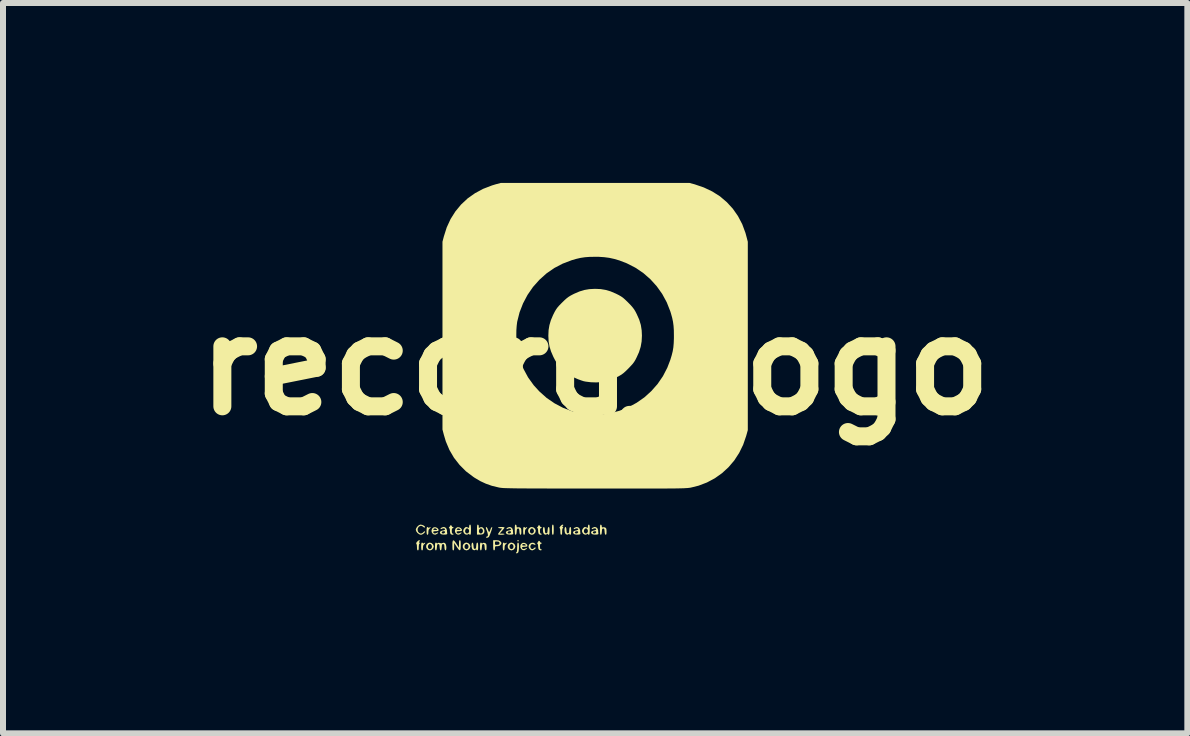
<source format=kicad_pcb>
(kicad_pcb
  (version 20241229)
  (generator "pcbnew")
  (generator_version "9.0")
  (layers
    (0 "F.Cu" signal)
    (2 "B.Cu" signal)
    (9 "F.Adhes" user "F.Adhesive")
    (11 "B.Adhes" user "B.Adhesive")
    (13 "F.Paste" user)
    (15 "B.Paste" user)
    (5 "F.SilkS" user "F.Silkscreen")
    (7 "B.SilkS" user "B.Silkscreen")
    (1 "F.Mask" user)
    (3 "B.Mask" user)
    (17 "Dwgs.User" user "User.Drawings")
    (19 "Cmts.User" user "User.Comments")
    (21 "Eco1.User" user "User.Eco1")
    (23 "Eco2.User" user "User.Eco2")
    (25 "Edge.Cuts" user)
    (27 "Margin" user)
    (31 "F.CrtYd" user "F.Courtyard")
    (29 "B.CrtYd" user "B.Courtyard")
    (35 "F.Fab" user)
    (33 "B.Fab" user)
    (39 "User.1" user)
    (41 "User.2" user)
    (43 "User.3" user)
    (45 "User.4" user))
  (footprint "record_logo"
    (layer "F.Cu")
    (at 6.871 3.045)
    (property "Reference" "record_logo" (at 0 0 0) (layer "F.SilkS") (effects (font (size 1.5 1.5) (thickness 0.3))))
    (attr board_only exclude_from_pos_files exclude_from_bom)
    (fp_poly (pts (xy -1.272 2.915) (xy -1.27 2.92) (xy -1.278 2.929) (xy -1.285 2.93) (xy -1.298 2.925) (xy -1.3 2.92) (xy -1.292 2.911) (xy -1.285 2.91)) (stroke (width 0) (type solid)) (fill yes) (layer "F.SilkS"))
    (fp_poly (pts (xy -0.698 2.654) (xy -0.693 2.667) (xy -0.691 2.693) (xy -0.69 2.735) (xy -0.691 2.777) (xy -0.693 2.804) (xy -0.698 2.817) (xy -0.705 2.82) (xy -0.713 2.816) (xy -0.717 2.803) (xy -0.719 2.777) (xy -0.72 2.735) (xy -0.719 2.693) (xy -0.717 2.666) (xy -0.712 2.653) (xy -0.705 2.65)) (stroke (width 0) (type solid)) (fill yes) (layer "F.SilkS"))
    (fp_poly (pts (xy -1.277 2.954) (xy -1.272 2.969) (xy -1.27 2.998) (xy -1.27 3.021) (xy -1.271 3.059) (xy -1.275 3.091) (xy -1.28 3.111) (xy -1.293 3.125) (xy -1.309 3.13) (xy -1.319 3.125) (xy -1.32 3.12) (xy -1.312 3.11) (xy -1.31 3.11) (xy -1.305 3.101) (xy -1.302 3.075) (xy -1.3 3.037) (xy -1.3 3.03) (xy -1.299 2.989) (xy -1.297 2.964) (xy -1.292 2.953) (xy -1.285 2.95)) (stroke (width 0) (type solid)) (fill yes) (layer "F.SilkS"))
    (fp_poly (pts (xy -2.872 2.956) (xy -2.87 2.961) (xy -2.865 2.966) (xy -2.855 2.96) (xy -2.839 2.952) (xy -2.833 2.954) (xy -2.835 2.964) (xy -2.848 2.976) (xy -2.863 2.992) (xy -2.869 3.016) (xy -2.87 3.036) (xy -2.872 3.065) (xy -2.879 3.078) (xy -2.885 3.08) (xy -2.893 3.076) (xy -2.898 3.06) (xy -2.9 3.03) (xy -2.9 3.015) (xy -2.899 2.979) (xy -2.895 2.958) (xy -2.888 2.95) (xy -2.885 2.95)) (stroke (width 0) (type solid)) (fill yes) (layer "F.SilkS"))
    (fp_poly (pts (xy -2.782 2.696) (xy -2.78 2.701) (xy -2.775 2.706) (xy -2.765 2.7) (xy -2.749 2.692) (xy -2.743 2.694) (xy -2.745 2.704) (xy -2.758 2.716) (xy -2.773 2.732) (xy -2.779 2.756) (xy -2.78 2.776) (xy -2.782 2.805) (xy -2.789 2.818) (xy -2.795 2.82) (xy -2.803 2.816) (xy -2.808 2.8) (xy -2.81 2.77) (xy -2.81 2.755) (xy -2.809 2.719) (xy -2.805 2.698) (xy -2.798 2.69) (xy -2.795 2.69)) (stroke (width 0) (type solid)) (fill yes) (layer "F.SilkS"))
    (fp_poly (pts (xy -1.512 2.956) (xy -1.51 2.961) (xy -1.505 2.966) (xy -1.495 2.96) (xy -1.479 2.952) (xy -1.473 2.954) (xy -1.475 2.964) (xy -1.488 2.976) (xy -1.503 2.992) (xy -1.509 3.016) (xy -1.51 3.036) (xy -1.512 3.065) (xy -1.519 3.078) (xy -1.525 3.08) (xy -1.533 3.076) (xy -1.538 3.06) (xy -1.54 3.03) (xy -1.54 3.015) (xy -1.539 2.979) (xy -1.535 2.958) (xy -1.528 2.95) (xy -1.525 2.95)) (stroke (width 0) (type solid)) (fill yes) (layer "F.SilkS"))
    (fp_poly (pts (xy -1.172 2.696) (xy -1.17 2.701) (xy -1.165 2.706) (xy -1.155 2.7) (xy -1.139 2.692) (xy -1.133 2.694) (xy -1.135 2.704) (xy -1.148 2.716) (xy -1.163 2.732) (xy -1.169 2.756) (xy -1.17 2.776) (xy -1.172 2.805) (xy -1.179 2.818) (xy -1.185 2.82) (xy -1.193 2.816) (xy -1.198 2.8) (xy -1.2 2.77) (xy -1.2 2.755) (xy -1.199 2.719) (xy -1.195 2.698) (xy -1.188 2.69) (xy -1.185 2.69)) (stroke (width 0) (type solid)) (fill yes) (layer "F.SilkS"))
    (fp_poly (pts (xy -2.921 2.916) (xy -2.923 2.927) (xy -2.933 2.933) (xy -2.939 2.94) (xy -2.93 2.95) (xy -2.921 2.961) (xy -2.928 2.967) (xy -2.936 2.98) (xy -2.94 3.01) (xy -2.94 3.026) (xy -2.941 3.059) (xy -2.946 3.076) (xy -2.955 3.08) (xy -2.964 3.075) (xy -2.969 3.057) (xy -2.97 3.026) (xy -2.972 2.992) (xy -2.978 2.972) (xy -2.982 2.968) (xy -2.984 2.959) (xy -2.975 2.944) (xy -2.96 2.927) (xy -2.944 2.914) (xy -2.933 2.91)) (stroke (width 0) (type solid)) (fill yes) (layer "F.SilkS"))
    (fp_poly (pts (xy -0.531 2.656) (xy -0.533 2.667) (xy -0.542 2.673) (xy -0.549 2.68) (xy -0.54 2.69) (xy -0.531 2.701) (xy -0.537 2.707) (xy -0.546 2.72) (xy -0.55 2.75) (xy -0.55 2.766) (xy -0.551 2.799) (xy -0.556 2.816) (xy -0.565 2.82) (xy -0.574 2.815) (xy -0.579 2.797) (xy -0.58 2.766) (xy -0.582 2.732) (xy -0.588 2.712) (xy -0.592 2.708) (xy -0.594 2.699) (xy -0.585 2.684) (xy -0.57 2.667) (xy -0.554 2.654) (xy -0.543 2.65)) (stroke (width 0) (type solid)) (fill yes) (layer "F.SilkS"))
    (fp_poly (pts (xy -1.535 2.691) (xy -1.515 2.695) (xy -1.51 2.699) (xy -1.516 2.71) (xy -1.532 2.731) (xy -1.551 2.754) (xy -1.592 2.8) (xy -1.551 2.8) (xy -1.525 2.802) (xy -1.511 2.808) (xy -1.51 2.81) (xy -1.519 2.815) (xy -1.542 2.819) (xy -1.565 2.82) (xy -1.595 2.819) (xy -1.615 2.815) (xy -1.62 2.811) (xy -1.614 2.799) (xy -1.599 2.778) (xy -1.585 2.759) (xy -1.55 2.715) (xy -1.585 2.712) (xy -1.611 2.707) (xy -1.62 2.701) (xy -1.611 2.695) (xy -1.588 2.691) (xy -1.565 2.69)) (stroke (width 0) (type solid)) (fill yes) (layer "F.SilkS"))
    (fp_poly (pts (xy -1.025 2.954) (xy -1.005 2.966) (xy -0.994 2.982) (xy -0.999 2.989) (xy -1.017 2.984) (xy -1.025 2.98) (xy -1.051 2.974) (xy -1.07 2.985) (xy -1.08 3.012) (xy -1.08 3.021) (xy -1.073 3.044) (xy -1.057 3.057) (xy -1.037 3.057) (xy -1.025 3.046) (xy -1.01 3.033) (xy -0.996 3.031) (xy -0.99 3.039) (xy -0.998 3.053) (xy -1.018 3.067) (xy -1.04 3.078) (xy -1.052 3.08) (xy -1.072 3.073) (xy -1.09 3.06) (xy -1.105 3.036) (xy -1.11 3.015) (xy -1.102 2.985) (xy -1.081 2.963) (xy -1.053 2.952)) (stroke (width 0) (type solid)) (fill yes) (layer "F.SilkS"))
    (fp_poly (pts (xy -2.725 2.959) (xy -2.701 2.981) (xy -2.69 3.011) (xy -2.69 3.015) (xy -2.699 3.045) (xy -2.721 3.069) (xy -2.751 3.08) (xy -2.755 3.08) (xy -2.781 3.073) (xy -2.8 3.06) (xy -2.816 3.032) (xy -2.816 3.024) (xy -2.788 3.024) (xy -2.78 3.046) (xy -2.759 3.059) (xy -2.737 3.053) (xy -2.732 3.048) (xy -2.721 3.027) (xy -2.722 3.004) (xy -2.732 2.984) (xy -2.748 2.973) (xy -2.768 2.976) (xy -2.768 2.977) (xy -2.784 2.997) (xy -2.788 3.024) (xy -2.816 3.024) (xy -2.817 3.001) (xy -2.804 2.974) (xy -2.779 2.955) (xy -2.755 2.95)) (stroke (width 0) (type solid)) (fill yes) (layer "F.SilkS"))
    (fp_poly (pts (xy -2.115 2.959) (xy -2.091 2.981) (xy -2.08 3.011) (xy -2.08 3.015) (xy -2.089 3.045) (xy -2.111 3.069) (xy -2.141 3.08) (xy -2.145 3.08) (xy -2.171 3.073) (xy -2.19 3.06) (xy -2.206 3.032) (xy -2.206 3.024) (xy -2.178 3.024) (xy -2.17 3.046) (xy -2.149 3.059) (xy -2.127 3.053) (xy -2.122 3.048) (xy -2.111 3.027) (xy -2.112 3.004) (xy -2.122 2.984) (xy -2.138 2.973) (xy -2.158 2.976) (xy -2.158 2.977) (xy -2.174 2.997) (xy -2.178 3.024) (xy -2.206 3.024) (xy -2.207 3.001) (xy -2.194 2.974) (xy -2.169 2.955) (xy -2.145 2.95)) (stroke (width 0) (type solid)) (fill yes) (layer "F.SilkS"))
    (fp_poly (pts (xy -1.365 2.959) (xy -1.341 2.981) (xy -1.33 3.011) (xy -1.33 3.015) (xy -1.339 3.045) (xy -1.361 3.069) (xy -1.391 3.08) (xy -1.395 3.08) (xy -1.421 3.073) (xy -1.44 3.06) (xy -1.456 3.032) (xy -1.456 3.024) (xy -1.428 3.024) (xy -1.42 3.046) (xy -1.399 3.059) (xy -1.377 3.053) (xy -1.372 3.048) (xy -1.361 3.027) (xy -1.362 3.004) (xy -1.372 2.984) (xy -1.388 2.973) (xy -1.408 2.976) (xy -1.408 2.977) (xy -1.424 2.997) (xy -1.428 3.024) (xy -1.456 3.024) (xy -1.457 3.001) (xy -1.444 2.974) (xy -1.419 2.955) (xy -1.395 2.95)) (stroke (width 0) (type solid)) (fill yes) (layer "F.SilkS"))
    (fp_poly (pts (xy -1.025 2.699) (xy -1.001 2.721) (xy -0.99 2.751) (xy -0.99 2.755) (xy -0.999 2.785) (xy -1.021 2.809) (xy -1.051 2.82) (xy -1.055 2.82) (xy -1.081 2.813) (xy -1.1 2.8) (xy -1.116 2.772) (xy -1.116 2.764) (xy -1.088 2.764) (xy -1.08 2.786) (xy -1.059 2.799) (xy -1.037 2.793) (xy -1.032 2.788) (xy -1.021 2.767) (xy -1.022 2.744) (xy -1.032 2.724) (xy -1.048 2.713) (xy -1.068 2.716) (xy -1.068 2.717) (xy -1.084 2.737) (xy -1.088 2.764) (xy -1.116 2.764) (xy -1.117 2.741) (xy -1.104 2.714) (xy -1.079 2.695) (xy -1.055 2.69)) (stroke (width 0) (type solid)) (fill yes) (layer "F.SilkS"))
    (fp_poly (pts (xy -1.804 2.699) (xy -1.792 2.72) (xy -1.79 2.728) (xy -1.778 2.759) (xy -1.768 2.772) (xy -1.759 2.767) (xy -1.75 2.743) (xy -1.737 2.709) (xy -1.724 2.692) (xy -1.715 2.692) (xy -1.716 2.703) (xy -1.722 2.727) (xy -1.732 2.759) (xy -1.745 2.794) (xy -1.757 2.826) (xy -1.768 2.85) (xy -1.773 2.857) (xy -1.788 2.867) (xy -1.806 2.87) (xy -1.818 2.865) (xy -1.82 2.86) (xy -1.812 2.851) (xy -1.806 2.85) (xy -1.791 2.843) (xy -1.787 2.823) (xy -1.794 2.787) (xy -1.805 2.755) (xy -1.818 2.72) (xy -1.822 2.7) (xy -1.82 2.691) (xy -1.816 2.69)) (stroke (width 0) (type solid)) (fill yes) (layer "F.SilkS"))
    (fp_poly (pts (xy -2.392 2.668) (xy -2.39 2.675) (xy -2.382 2.688) (xy -2.375 2.69) (xy -2.362 2.695) (xy -2.36 2.7) (xy -2.368 2.709) (xy -2.375 2.71) (xy -2.385 2.716) (xy -2.389 2.736) (xy -2.39 2.755) (xy -2.388 2.785) (xy -2.381 2.798) (xy -2.375 2.8) (xy -2.362 2.805) (xy -2.36 2.81) (xy -2.368 2.818) (xy -2.385 2.819) (xy -2.403 2.812) (xy -2.408 2.808) (xy -2.416 2.791) (xy -2.42 2.763) (xy -2.42 2.754) (xy -2.423 2.725) (xy -2.43 2.708) (xy -2.433 2.706) (xy -2.44 2.699) (xy -2.433 2.694) (xy -2.421 2.68) (xy -2.42 2.674) (xy -2.412 2.662) (xy -2.405 2.66)) (stroke (width 0) (type solid)) (fill yes) (layer "F.SilkS"))
    (fp_poly (pts (xy -2.248 2.914) (xy -2.243 2.927) (xy -2.241 2.953) (xy -2.24 2.995) (xy -2.241 3.043) (xy -2.247 3.071) (xy -2.256 3.079) (xy -2.272 3.07) (xy -2.294 3.041) (xy -2.31 3.018) (xy -2.35 2.955) (xy -2.35 3.018) (xy -2.351 3.053) (xy -2.355 3.073) (xy -2.362 3.08) (xy -2.365 3.08) (xy -2.373 3.076) (xy -2.377 3.063) (xy -2.379 3.037) (xy -2.38 2.995) (xy -2.379 2.947) (xy -2.373 2.919) (xy -2.364 2.911) (xy -2.348 2.92) (xy -2.326 2.949) (xy -2.31 2.973) (xy -2.27 3.035) (xy -2.27 2.973) (xy -2.269 2.937) (xy -2.265 2.917) (xy -2.258 2.91) (xy -2.255 2.91)) (stroke (width 0) (type solid)) (fill yes) (layer "F.SilkS"))
    (fp_poly (pts (xy -0.922 2.668) (xy -0.92 2.675) (xy -0.912 2.688) (xy -0.905 2.69) (xy -0.892 2.695) (xy -0.89 2.7) (xy -0.898 2.709) (xy -0.905 2.71) (xy -0.915 2.716) (xy -0.919 2.736) (xy -0.92 2.755) (xy -0.918 2.785) (xy -0.911 2.798) (xy -0.905 2.8) (xy -0.892 2.805) (xy -0.89 2.81) (xy -0.898 2.818) (xy -0.915 2.819) (xy -0.933 2.812) (xy -0.938 2.808) (xy -0.946 2.791) (xy -0.95 2.763) (xy -0.95 2.754) (xy -0.953 2.725) (xy -0.96 2.708) (xy -0.963 2.706) (xy -0.97 2.699) (xy -0.963 2.694) (xy -0.951 2.68) (xy -0.95 2.674) (xy -0.942 2.662) (xy -0.935 2.66)) (stroke (width 0) (type solid)) (fill yes) (layer "F.SilkS"))
    (fp_poly (pts (xy -0.922 2.928) (xy -0.92 2.935) (xy -0.912 2.948) (xy -0.905 2.95) (xy -0.892 2.955) (xy -0.89 2.96) (xy -0.898 2.969) (xy -0.905 2.97) (xy -0.915 2.976) (xy -0.919 2.996) (xy -0.92 3.015) (xy -0.918 3.045) (xy -0.911 3.058) (xy -0.905 3.06) (xy -0.892 3.065) (xy -0.89 3.07) (xy -0.898 3.078) (xy -0.915 3.079) (xy -0.933 3.072) (xy -0.938 3.068) (xy -0.946 3.051) (xy -0.95 3.023) (xy -0.95 3.014) (xy -0.953 2.985) (xy -0.96 2.968) (xy -0.963 2.966) (xy -0.97 2.959) (xy -0.963 2.954) (xy -0.951 2.94) (xy -0.95 2.934) (xy -0.942 2.922) (xy -0.935 2.92)) (stroke (width 0) (type solid)) (fill yes) (layer "F.SilkS"))
    (fp_poly (pts (xy -1.956 2.955) (xy -1.952 2.972) (xy -1.95 3.004) (xy -1.95 3.015) (xy -1.951 3.051) (xy -1.955 3.072) (xy -1.962 3.08) (xy -1.965 3.08) (xy -1.978 3.074) (xy -1.98 3.068) (xy -1.983 3.061) (xy -1.992 3.068) (xy -2.014 3.079) (xy -2.037 3.071) (xy -2.044 3.064) (xy -2.054 3.046) (xy -2.059 3.019) (xy -2.061 2.99) (xy -2.057 2.965) (xy -2.049 2.951) (xy -2.046 2.95) (xy -2.036 2.957) (xy -2.03 2.979) (xy -2.028 3.002) (xy -2.025 3.034) (xy -2.02 3.049) (xy -2.01 3.055) (xy -2.005 3.055) (xy -1.993 3.052) (xy -1.986 3.04) (xy -1.983 3.015) (xy -1.982 3.002) (xy -1.978 2.969) (xy -1.971 2.953) (xy -1.964 2.95)) (stroke (width 0) (type solid)) (fill yes) (layer "F.SilkS"))
    (fp_poly (pts (xy -1.892 2.956) (xy -1.89 2.961) (xy -1.885 2.966) (xy -1.875 2.96) (xy -1.857 2.952) (xy -1.835 2.958) (xy -1.82 2.967) (xy -1.813 2.981) (xy -1.81 3.005) (xy -1.81 3.025) (xy -1.811 3.058) (xy -1.816 3.076) (xy -1.824 3.08) (xy -1.834 3.073) (xy -1.84 3.051) (xy -1.842 3.027) (xy -1.845 2.996) (xy -1.85 2.981) (xy -1.86 2.975) (xy -1.865 2.975) (xy -1.877 2.978) (xy -1.884 2.99) (xy -1.887 3.015) (xy -1.888 3.027) (xy -1.892 3.061) (xy -1.899 3.077) (xy -1.906 3.08) (xy -1.914 3.075) (xy -1.918 3.058) (xy -1.92 3.026) (xy -1.92 3.015) (xy -1.919 2.979) (xy -1.915 2.958) (xy -1.908 2.95) (xy -1.905 2.95)) (stroke (width 0) (type solid)) (fill yes) (layer "F.SilkS"))
    (fp_poly (pts (xy -0.766 2.695) (xy -0.762 2.712) (xy -0.76 2.744) (xy -0.76 2.755) (xy -0.761 2.791) (xy -0.765 2.812) (xy -0.772 2.82) (xy -0.775 2.82) (xy -0.788 2.814) (xy -0.79 2.808) (xy -0.793 2.801) (xy -0.802 2.808) (xy -0.824 2.819) (xy -0.847 2.811) (xy -0.854 2.804) (xy -0.864 2.786) (xy -0.869 2.759) (xy -0.871 2.73) (xy -0.867 2.705) (xy -0.859 2.691) (xy -0.856 2.69) (xy -0.846 2.697) (xy -0.84 2.719) (xy -0.838 2.743) (xy -0.835 2.774) (xy -0.83 2.789) (xy -0.82 2.795) (xy -0.815 2.795) (xy -0.803 2.792) (xy -0.796 2.78) (xy -0.793 2.755) (xy -0.792 2.743) (xy -0.788 2.709) (xy -0.781 2.693) (xy -0.774 2.69)) (stroke (width 0) (type solid)) (fill yes) (layer "F.SilkS"))
    (fp_poly (pts (xy -0.406 2.695) (xy -0.402 2.712) (xy -0.4 2.744) (xy -0.4 2.755) (xy -0.401 2.791) (xy -0.405 2.812) (xy -0.412 2.82) (xy -0.415 2.82) (xy -0.428 2.814) (xy -0.43 2.808) (xy -0.433 2.801) (xy -0.442 2.808) (xy -0.464 2.819) (xy -0.487 2.811) (xy -0.494 2.804) (xy -0.504 2.786) (xy -0.509 2.759) (xy -0.511 2.73) (xy -0.507 2.705) (xy -0.499 2.691) (xy -0.496 2.69) (xy -0.486 2.697) (xy -0.48 2.719) (xy -0.478 2.743) (xy -0.475 2.774) (xy -0.47 2.789) (xy -0.46 2.795) (xy -0.455 2.795) (xy -0.443 2.792) (xy -0.436 2.78) (xy -0.433 2.755) (xy -0.432 2.743) (xy -0.428 2.709) (xy -0.421 2.693) (xy -0.414 2.69)) (stroke (width 0) (type solid)) (fill yes) (layer "F.SilkS"))
    (fp_poly (pts (xy -2.883 2.655) (xy -2.856 2.667) (xy -2.838 2.683) (xy -2.836 2.686) (xy -2.837 2.698) (xy -2.849 2.699) (xy -2.864 2.691) (xy -2.87 2.685) (xy -2.892 2.671) (xy -2.917 2.672) (xy -2.94 2.686) (xy -2.956 2.711) (xy -2.96 2.737) (xy -2.953 2.767) (xy -2.934 2.789) (xy -2.91 2.799) (xy -2.885 2.795) (xy -2.866 2.779) (xy -2.851 2.765) (xy -2.839 2.762) (xy -2.834 2.77) (xy -2.843 2.784) (xy -2.86 2.8) (xy -2.881 2.813) (xy -2.901 2.82) (xy -2.905 2.82) (xy -2.932 2.812) (xy -2.96 2.791) (xy -2.961 2.791) (xy -2.982 2.762) (xy -2.99 2.735) (xy -2.982 2.709) (xy -2.963 2.682) (xy -2.938 2.66) (xy -2.914 2.65) (xy -2.911 2.65)) (stroke (width 0) (type solid)) (fill yes) (layer "F.SilkS"))
    (fp_poly (pts (xy -1.943 2.659) (xy -1.94 2.681) (xy -1.939 2.702) (xy -1.933 2.705) (xy -1.925 2.7) (xy -1.901 2.691) (xy -1.877 2.697) (xy -1.858 2.715) (xy -1.846 2.742) (xy -1.846 2.774) (xy -1.846 2.776) (xy -1.858 2.799) (xy -1.88 2.813) (xy -1.917 2.817) (xy -1.927 2.817) (xy -1.97 2.817) (xy -1.97 2.764) (xy -1.938 2.764) (xy -1.93 2.786) (xy -1.909 2.799) (xy -1.887 2.793) (xy -1.882 2.788) (xy -1.871 2.767) (xy -1.872 2.744) (xy -1.882 2.724) (xy -1.898 2.713) (xy -1.918 2.716) (xy -1.918 2.717) (xy -1.934 2.737) (xy -1.938 2.764) (xy -1.97 2.764) (xy -1.97 2.734) (xy -1.969 2.692) (xy -1.967 2.666) (xy -1.962 2.653) (xy -1.955 2.65)) (stroke (width 0) (type solid)) (fill yes) (layer "F.SilkS"))
    (fp_poly (pts (xy -1.313 2.659) (xy -1.31 2.676) (xy -1.307 2.694) (xy -1.296 2.697) (xy -1.29 2.695) (xy -1.266 2.695) (xy -1.25 2.7) (xy -1.238 2.71) (xy -1.232 2.728) (xy -1.23 2.759) (xy -1.23 2.765) (xy -1.231 2.799) (xy -1.236 2.816) (xy -1.244 2.82) (xy -1.254 2.813) (xy -1.26 2.791) (xy -1.262 2.768) (xy -1.265 2.736) (xy -1.27 2.721) (xy -1.28 2.715) (xy -1.285 2.715) (xy -1.297 2.718) (xy -1.304 2.73) (xy -1.307 2.755) (xy -1.308 2.768) (xy -1.312 2.801) (xy -1.319 2.817) (xy -1.326 2.82) (xy -1.333 2.816) (xy -1.337 2.802) (xy -1.339 2.774) (xy -1.34 2.735) (xy -1.339 2.693) (xy -1.337 2.666) (xy -1.332 2.653) (xy -1.325 2.65)) (stroke (width 0) (type solid)) (fill yes) (layer "F.SilkS"))
    (fp_poly (pts (xy 0.107 2.659) (xy 0.11 2.676) (xy 0.113 2.694) (xy 0.124 2.697) (xy 0.13 2.695) (xy 0.154 2.695) (xy 0.17 2.7) (xy 0.182 2.71) (xy 0.188 2.728) (xy 0.19 2.759) (xy 0.19 2.765) (xy 0.189 2.799) (xy 0.184 2.816) (xy 0.176 2.82) (xy 0.166 2.813) (xy 0.16 2.791) (xy 0.158 2.768) (xy 0.155 2.736) (xy 0.15 2.721) (xy 0.14 2.715) (xy 0.135 2.715) (xy 0.123 2.718) (xy 0.116 2.73) (xy 0.113 2.755) (xy 0.112 2.768) (xy 0.108 2.801) (xy 0.101 2.817) (xy 0.094 2.82) (xy 0.087 2.816) (xy 0.083 2.802) (xy 0.081 2.774) (xy 0.08 2.735) (xy 0.081 2.693) (xy 0.083 2.666) (xy 0.088 2.653) (xy 0.095 2.65)) (stroke (width 0) (type solid)) (fill yes) (layer "F.SilkS"))
    (fp_poly (pts (xy -2.657 2.695) (xy -2.631 2.707) (xy -2.613 2.727) (xy -2.61 2.74) (xy -2.613 2.753) (xy -2.625 2.758) (xy -2.652 2.76) (xy -2.655 2.76) (xy -2.684 2.762) (xy -2.698 2.768) (xy -2.7 2.775) (xy -2.692 2.792) (xy -2.673 2.798) (xy -2.65 2.792) (xy -2.649 2.792) (xy -2.627 2.781) (xy -2.617 2.782) (xy -2.619 2.791) (xy -2.629 2.8) (xy -2.66 2.818) (xy -2.689 2.815) (xy -2.71 2.8) (xy -2.726 2.773) (xy -2.727 2.742) (xy -2.721 2.728) (xy -2.698 2.728) (xy -2.693 2.737) (xy -2.669 2.74) (xy -2.665 2.74) (xy -2.641 2.739) (xy -2.635 2.734) (xy -2.64 2.725) (xy -2.659 2.714) (xy -2.68 2.714) (xy -2.696 2.724) (xy -2.698 2.728) (xy -2.721 2.728) (xy -2.715 2.714) (xy -2.691 2.696) (xy -2.685 2.694)) (stroke (width 0) (type solid)) (fill yes) (layer "F.SilkS"))
    (fp_poly (pts (xy -2.267 2.695) (xy -2.241 2.707) (xy -2.223 2.727) (xy -2.22 2.74) (xy -2.223 2.753) (xy -2.235 2.758) (xy -2.262 2.76) (xy -2.265 2.76) (xy -2.294 2.762) (xy -2.308 2.768) (xy -2.31 2.775) (xy -2.302 2.792) (xy -2.283 2.798) (xy -2.26 2.792) (xy -2.259 2.792) (xy -2.237 2.781) (xy -2.227 2.782) (xy -2.229 2.791) (xy -2.239 2.8) (xy -2.27 2.818) (xy -2.299 2.815) (xy -2.32 2.8) (xy -2.336 2.773) (xy -2.337 2.742) (xy -2.331 2.728) (xy -2.308 2.728) (xy -2.303 2.737) (xy -2.279 2.74) (xy -2.275 2.74) (xy -2.251 2.739) (xy -2.245 2.734) (xy -2.25 2.725) (xy -2.269 2.714) (xy -2.29 2.714) (xy -2.306 2.724) (xy -2.308 2.728) (xy -2.331 2.728) (xy -2.325 2.714) (xy -2.301 2.696) (xy -2.295 2.694)) (stroke (width 0) (type solid)) (fill yes) (layer "F.SilkS"))
    (fp_poly (pts (xy -1.612 2.913) (xy -1.587 2.924) (xy -1.58 2.93) (xy -1.564 2.949) (xy -1.562 2.965) (xy -1.574 2.986) (xy -1.576 2.988) (xy -1.594 3.004) (xy -1.622 3.01) (xy -1.631 3.01) (xy -1.656 3.011) (xy -1.667 3.018) (xy -1.67 3.035) (xy -1.67 3.045) (xy -1.673 3.071) (xy -1.684 3.08) (xy -1.685 3.08) (xy -1.692 3.076) (xy -1.697 3.063) (xy -1.699 3.037) (xy -1.7 2.995) (xy -1.7 2.96) (xy -1.67 2.96) (xy -1.669 2.98) (xy -1.66 2.988) (xy -1.64 2.989) (xy -1.633 2.988) (xy -1.608 2.984) (xy -1.597 2.975) (xy -1.595 2.96) (xy -1.598 2.943) (xy -1.61 2.935) (xy -1.633 2.932) (xy -1.657 2.931) (xy -1.668 2.937) (xy -1.67 2.954) (xy -1.67 2.96) (xy -1.7 2.96) (xy -1.7 2.91) (xy -1.65 2.91)) (stroke (width 0) (type solid)) (fill yes) (layer "F.SilkS"))
    (fp_poly (pts (xy -1.177 2.955) (xy -1.151 2.967) (xy -1.133 2.987) (xy -1.13 3) (xy -1.133 3.013) (xy -1.145 3.018) (xy -1.172 3.02) (xy -1.175 3.02) (xy -1.204 3.022) (xy -1.218 3.028) (xy -1.22 3.035) (xy -1.212 3.052) (xy -1.193 3.058) (xy -1.17 3.052) (xy -1.169 3.052) (xy -1.147 3.041) (xy -1.137 3.042) (xy -1.139 3.051) (xy -1.149 3.06) (xy -1.18 3.078) (xy -1.209 3.075) (xy -1.23 3.06) (xy -1.246 3.033) (xy -1.247 3.002) (xy -1.241 2.987) (xy -1.218 2.987) (xy -1.213 2.997) (xy -1.189 3) (xy -1.185 3) (xy -1.161 2.999) (xy -1.155 2.994) (xy -1.16 2.985) (xy -1.179 2.974) (xy -1.2 2.974) (xy -1.216 2.984) (xy -1.218 2.987) (xy -1.241 2.987) (xy -1.235 2.974) (xy -1.211 2.956) (xy -1.205 2.954)) (stroke (width 0) (type solid)) (fill yes) (layer "F.SilkS"))
    (fp_poly (pts (xy -2.504 2.694) (xy -2.482 2.713) (xy -2.47 2.745) (xy -2.47 2.755) (xy -2.468 2.782) (xy -2.465 2.802) (xy -2.465 2.802) (xy -2.47 2.811) (xy -2.489 2.816) (xy -2.515 2.817) (xy -2.543 2.816) (xy -2.567 2.81) (xy -2.576 2.805) (xy -2.588 2.787) (xy -2.587 2.778) (xy -2.558 2.778) (xy -2.555 2.791) (xy -2.54 2.799) (xy -2.52 2.796) (xy -2.505 2.784) (xy -2.502 2.777) (xy -2.505 2.764) (xy -2.523 2.76) (xy -2.524 2.76) (xy -2.548 2.765) (xy -2.558 2.778) (xy -2.587 2.778) (xy -2.587 2.776) (xy -2.58 2.764) (xy -2.569 2.757) (xy -2.546 2.75) (xy -2.527 2.746) (xy -2.508 2.738) (xy -2.5 2.729) (xy -2.508 2.717) (xy -2.527 2.712) (xy -2.549 2.717) (xy -2.552 2.719) (xy -2.571 2.727) (xy -2.579 2.722) (xy -2.572 2.709) (xy -2.566 2.704) (xy -2.533 2.69)) (stroke (width 0) (type solid)) (fill yes) (layer "F.SilkS"))
    (fp_poly (pts (xy -2.078 2.654) (xy -2.073 2.667) (xy -2.071 2.693) (xy -2.07 2.735) (xy -2.071 2.777) (xy -2.073 2.804) (xy -2.078 2.817) (xy -2.085 2.82) (xy -2.098 2.814) (xy -2.1 2.808) (xy -2.103 2.801) (xy -2.112 2.808) (xy -2.136 2.819) (xy -2.163 2.813) (xy -2.18 2.8) (xy -2.195 2.776) (xy -2.198 2.764) (xy -2.168 2.764) (xy -2.16 2.786) (xy -2.139 2.799) (xy -2.117 2.793) (xy -2.112 2.788) (xy -2.101 2.767) (xy -2.102 2.744) (xy -2.112 2.724) (xy -2.128 2.713) (xy -2.148 2.716) (xy -2.148 2.717) (xy -2.164 2.737) (xy -2.168 2.764) (xy -2.198 2.764) (xy -2.2 2.755) (xy -2.193 2.731) (xy -2.178 2.708) (xy -2.159 2.692) (xy -2.149 2.69) (xy -2.132 2.694) (xy -2.119 2.7) (xy -2.106 2.705) (xy -2.101 2.697) (xy -2.1 2.68) (xy -2.096 2.656) (xy -2.085 2.65)) (stroke (width 0) (type solid)) (fill yes) (layer "F.SilkS"))
    (fp_poly (pts (xy -1.404 2.694) (xy -1.382 2.713) (xy -1.37 2.745) (xy -1.37 2.755) (xy -1.368 2.782) (xy -1.365 2.802) (xy -1.365 2.802) (xy -1.37 2.811) (xy -1.389 2.816) (xy -1.415 2.817) (xy -1.443 2.816) (xy -1.467 2.81) (xy -1.476 2.805) (xy -1.488 2.787) (xy -1.487 2.778) (xy -1.458 2.778) (xy -1.455 2.791) (xy -1.44 2.799) (xy -1.42 2.796) (xy -1.405 2.784) (xy -1.402 2.777) (xy -1.405 2.764) (xy -1.423 2.76) (xy -1.424 2.76) (xy -1.448 2.765) (xy -1.458 2.778) (xy -1.487 2.778) (xy -1.487 2.776) (xy -1.48 2.764) (xy -1.469 2.757) (xy -1.446 2.75) (xy -1.427 2.746) (xy -1.408 2.738) (xy -1.4 2.729) (xy -1.408 2.717) (xy -1.427 2.712) (xy -1.449 2.717) (xy -1.452 2.719) (xy -1.471 2.727) (xy -1.479 2.722) (xy -1.472 2.709) (xy -1.466 2.704) (xy -1.433 2.69)) (stroke (width 0) (type solid)) (fill yes) (layer "F.SilkS"))
    (fp_poly (pts (xy -0.284 2.694) (xy -0.262 2.713) (xy -0.25 2.745) (xy -0.25 2.755) (xy -0.248 2.782) (xy -0.245 2.802) (xy -0.245 2.802) (xy -0.25 2.811) (xy -0.269 2.816) (xy -0.295 2.817) (xy -0.323 2.816) (xy -0.347 2.81) (xy -0.356 2.805) (xy -0.368 2.787) (xy -0.367 2.778) (xy -0.338 2.778) (xy -0.335 2.791) (xy -0.32 2.799) (xy -0.3 2.796) (xy -0.285 2.784) (xy -0.282 2.777) (xy -0.285 2.764) (xy -0.303 2.76) (xy -0.304 2.76) (xy -0.328 2.765) (xy -0.338 2.778) (xy -0.367 2.778) (xy -0.367 2.776) (xy -0.36 2.764) (xy -0.349 2.757) (xy -0.326 2.75) (xy -0.307 2.746) (xy -0.288 2.738) (xy -0.28 2.729) (xy -0.288 2.717) (xy -0.307 2.712) (xy -0.329 2.717) (xy -0.332 2.719) (xy -0.351 2.727) (xy -0.359 2.722) (xy -0.352 2.709) (xy -0.346 2.704) (xy -0.313 2.69)) (stroke (width 0) (type solid)) (fill yes) (layer "F.SilkS"))
    (fp_poly (pts (xy -0.098 2.654) (xy -0.093 2.667) (xy -0.091 2.693) (xy -0.09 2.735) (xy -0.091 2.777) (xy -0.093 2.804) (xy -0.098 2.817) (xy -0.105 2.82) (xy -0.118 2.814) (xy -0.12 2.808) (xy -0.123 2.801) (xy -0.132 2.808) (xy -0.156 2.819) (xy -0.183 2.813) (xy -0.2 2.8) (xy -0.215 2.776) (xy -0.218 2.764) (xy -0.188 2.764) (xy -0.18 2.786) (xy -0.159 2.799) (xy -0.137 2.793) (xy -0.132 2.788) (xy -0.121 2.767) (xy -0.122 2.744) (xy -0.132 2.724) (xy -0.148 2.713) (xy -0.168 2.716) (xy -0.168 2.717) (xy -0.184 2.737) (xy -0.188 2.764) (xy -0.218 2.764) (xy -0.22 2.755) (xy -0.213 2.731) (xy -0.198 2.708) (xy -0.179 2.692) (xy -0.169 2.69) (xy -0.152 2.694) (xy -0.139 2.7) (xy -0.126 2.705) (xy -0.121 2.697) (xy -0.12 2.68) (xy -0.116 2.656) (xy -0.105 2.65)) (stroke (width 0) (type solid)) (fill yes) (layer "F.SilkS"))
    (fp_poly (pts (xy 0.016 2.694) (xy 0.038 2.713) (xy 0.05 2.745) (xy 0.05 2.755) (xy 0.052 2.782) (xy 0.055 2.802) (xy 0.055 2.802) (xy 0.05 2.811) (xy 0.031 2.816) (xy 0.005 2.817) (xy -0.023 2.816) (xy -0.047 2.81) (xy -0.056 2.805) (xy -0.068 2.787) (xy -0.067 2.778) (xy -0.038 2.778) (xy -0.035 2.791) (xy -0.02 2.799) (xy -0.000092 2.796) (xy 0.015 2.784) (xy 0.018 2.777) (xy 0.015 2.764) (xy -0.003 2.76) (xy -0.004 2.76) (xy -0.028 2.765) (xy -0.038 2.778) (xy -0.067 2.778) (xy -0.067 2.776) (xy -0.06 2.764) (xy -0.049 2.757) (xy -0.026 2.75) (xy -0.007 2.746) (xy 0.012 2.738) (xy 0.02 2.729) (xy 0.012 2.717) (xy -0.007 2.712) (xy -0.029 2.717) (xy -0.032 2.719) (xy -0.051 2.727) (xy -0.059 2.722) (xy -0.052 2.709) (xy -0.046 2.704) (xy -0.013 2.69)) (stroke (width 0) (type solid)) (fill yes) (layer "F.SilkS"))
    (fp_poly (pts (xy -2.642 2.956) (xy -2.64 2.961) (xy -2.635 2.966) (xy -2.625 2.96) (xy -2.606 2.952) (xy -2.586 2.958) (xy -2.561 2.963) (xy -2.549 2.959) (xy -2.522 2.951) (xy -2.501 2.96) (xy -2.486 2.985) (xy -2.48 3.025) (xy -2.48 3.031) (xy -2.482 3.062) (xy -2.488 3.077) (xy -2.494 3.08) (xy -2.504 3.073) (xy -2.51 3.051) (xy -2.512 3.027) (xy -2.515 2.996) (xy -2.52 2.981) (xy -2.53 2.975) (xy -2.535 2.975) (xy -2.547 2.978) (xy -2.554 2.99) (xy -2.557 3.015) (xy -2.558 3.027) (xy -2.562 3.062) (xy -2.569 3.078) (xy -2.575 3.08) (xy -2.585 3.072) (xy -2.59 3.048) (xy -2.592 3.027) (xy -2.595 2.996) (xy -2.6 2.981) (xy -2.61 2.975) (xy -2.615 2.975) (xy -2.627 2.978) (xy -2.634 2.99) (xy -2.637 3.015) (xy -2.638 3.027) (xy -2.642 3.061) (xy -2.649 3.077) (xy -2.656 3.08) (xy -2.664 3.075) (xy -2.668 3.058) (xy -2.67 3.026) (xy -2.67 3.015) (xy -2.669 2.979) (xy -2.665 2.958) (xy -2.658 2.95) (xy -2.655 2.95)) (stroke (width 0) (type solid)) (fill yes) (layer "F.SilkS"))
    (fp_poly (pts (xy 0.092 -1.276) (xy 0.175 -1.262) (xy 0.257 -1.238) (xy 0.344 -1.201) (xy 0.35 -1.198) (xy 0.396 -1.175) (xy 0.432 -1.154) (xy 0.464 -1.132) (xy 0.497 -1.103) (xy 0.536 -1.066) (xy 0.551 -1.051) (xy 0.594 -1.007) (xy 0.625 -0.971) (xy 0.65 -0.938) (xy 0.672 -0.901) (xy 0.693 -0.86) (xy 0.735 -0.766) (xy 0.762 -0.677) (xy 0.776 -0.587) (xy 0.78 -0.5) (xy 0.775 -0.403) (xy 0.759 -0.313) (xy 0.731 -0.224) (xy 0.693 -0.14) (xy 0.671 -0.096) (xy 0.649 -0.06) (xy 0.624 -0.027) (xy 0.591 0.009) (xy 0.551 0.051) (xy 0.507 0.094) (xy 0.471 0.126) (xy 0.437 0.151) (xy 0.401 0.172) (xy 0.36 0.193) (xy 0.309 0.216) (xy 0.255 0.238) (xy 0.205 0.255) (xy 0.186 0.26) (xy 0.107 0.274) (xy 0.019 0.28) (xy -0.071 0.277) (xy -0.154 0.267) (xy -0.19 0.26) (xy -0.233 0.246) (xy -0.285 0.227) (xy -0.338 0.204) (xy -0.36 0.194) (xy -0.404 0.171) (xy -0.439 0.149) (xy -0.473 0.124) (xy -0.509 0.091) (xy -0.551 0.051) (xy -0.593 0.008) (xy -0.624 -0.026) (xy -0.648 -0.058) (xy -0.668 -0.092) (xy -0.69 -0.134) (xy -0.698 -0.15) (xy -0.736 -0.238) (xy -0.761 -0.32) (xy -0.775 -0.403) (xy -0.78 -0.494) (xy -0.78 -0.5) (xy -0.776 -0.592) (xy -0.762 -0.675) (xy -0.738 -0.757) (xy -0.701 -0.844) (xy -0.698 -0.85) (xy -0.675 -0.896) (xy -0.654 -0.932) (xy -0.632 -0.964) (xy -0.604 -0.997) (xy -0.566 -1.036) (xy -0.551 -1.051) (xy -0.508 -1.093) (xy -0.474 -1.123) (xy -0.442 -1.147) (xy -0.408 -1.168) (xy -0.366 -1.19) (xy -0.35 -1.198) (xy -0.262 -1.236) (xy -0.18 -1.261) (xy -0.097 -1.275) (xy -0.006 -1.28) (xy 0 -1.28)) (stroke (width 0) (type solid)) (fill yes) (layer "F.SilkS"))
    (fp_poly (pts (xy 1.66 -3.022) (xy 1.812 -2.97) (xy 1.953 -2.903) (xy 2.081 -2.822) (xy 2.195 -2.725) (xy 2.295 -2.616) (xy 2.381 -2.493) (xy 2.452 -2.358) (xy 2.506 -2.212) (xy 2.522 -2.153) (xy 2.545 -2.065) (xy 2.545 -0.495) (xy 2.545 1.075) (xy 2.518 1.172) (xy 2.468 1.318) (xy 2.401 1.455) (xy 2.32 1.58) (xy 2.224 1.693) (xy 2.115 1.793) (xy 1.995 1.878) (xy 1.864 1.948) (xy 1.725 2.001) (xy 1.613 2.029) (xy 1.6 2.032) (xy 1.586 2.035) (xy 1.571 2.037) (xy 1.554 2.039) (xy 1.534 2.041) (xy 1.511 2.042) (xy 1.482 2.044) (xy 1.447 2.045) (xy 1.406 2.046) (xy 1.356 2.047) (xy 1.298 2.048) (xy 1.23 2.048) (xy 1.15 2.049) (xy 1.059 2.049) (xy 0.955 2.049) (xy 0.836 2.049) (xy 0.703 2.049) (xy 0.554 2.049) (xy 0.388 2.049) (xy 0.204 2.049) (xy 0.001 2.049) (xy -0.007 2.049) (xy -0.211 2.049) (xy -0.396 2.049) (xy -0.564 2.049) (xy -0.714 2.049) (xy -0.848 2.048) (xy -0.967 2.048) (xy -1.073 2.048) (xy -1.165 2.047) (xy -1.245 2.047) (xy -1.314 2.046) (xy -1.372 2.045) (xy -1.422 2.044) (xy -1.464 2.043) (xy -1.498 2.042) (xy -1.527 2.041) (xy -1.55 2.039) (xy -1.569 2.037) (xy -1.585 2.035) (xy -1.599 2.033) (xy -1.611 2.03) (xy -1.612 2.03) (xy -1.723 2.003) (xy -1.822 1.968) (xy -1.915 1.925) (xy -2.011 1.868) (xy -2.03 1.855) (xy -2.153 1.762) (xy -2.26 1.655) (xy -2.353 1.536) (xy -2.429 1.406) (xy -2.489 1.264) (xy -2.522 1.153) (xy -2.545 1.065) (xy -2.545 -0.5) (xy -2.545 -0.511) (xy -1.314 -0.511) (xy -1.313 -0.43) (xy -1.309 -0.354) (xy -1.302 -0.289) (xy -1.297 -0.26) (xy -1.254 -0.097) (xy -1.194 0.055) (xy -1.118 0.196) (xy -1.024 0.327) (xy -0.93 0.43) (xy -0.809 0.538) (xy -0.676 0.629) (xy -0.534 0.704) (xy -0.383 0.761) (xy -0.225 0.799) (xy -0.154 0.81) (xy -0.097 0.815) (xy -0.027 0.816) (xy 0.049 0.814) (xy 0.125 0.81) (xy 0.194 0.803) (xy 0.246 0.795) (xy 0.404 0.753) (xy 0.553 0.695) (xy 0.692 0.619) (xy 0.821 0.529) (xy 0.937 0.424) (xy 1.041 0.306) (xy 1.13 0.176) (xy 1.203 0.035) (xy 1.253 -0.095) (xy 1.276 -0.171) (xy 1.293 -0.239) (xy 1.304 -0.305) (xy 1.31 -0.376) (xy 1.313 -0.458) (xy 1.313 -0.5) (xy 1.312 -0.589) (xy 1.307 -0.664) (xy 1.298 -0.731) (xy 1.284 -0.798) (xy 1.264 -0.87) (xy 1.253 -0.905) (xy 1.194 -1.055) (xy 1.118 -1.195) (xy 1.026 -1.324) (xy 0.92 -1.441) (xy 0.801 -1.545) (xy 0.67 -1.633) (xy 0.527 -1.706) (xy 0.405 -1.753) (xy 0.316 -1.779) (xy 0.234 -1.797) (xy 0.15 -1.808) (xy 0.058 -1.814) (xy 0.005 -1.814) (xy -0.089 -1.813) (xy -0.169 -1.807) (xy -0.243 -1.796) (xy -0.316 -1.779) (xy -0.389 -1.758) (xy -0.541 -1.7) (xy -0.681 -1.627) (xy -0.811 -1.537) (xy -0.93 -1.43) (xy -1.036 -1.311) (xy -1.127 -1.179) (xy -1.202 -1.037) (xy -1.26 -0.888) (xy -1.299 -0.733) (xy -1.301 -0.72) (xy -1.308 -0.661) (xy -1.313 -0.59) (xy -1.314 -0.511) (xy -2.545 -0.511) (xy -2.545 -2.065) (xy -2.522 -2.153) (xy -2.474 -2.304) (xy -2.41 -2.443) (xy -2.33 -2.57) (xy -2.235 -2.685) (xy -2.126 -2.787) (xy -2.003 -2.874) (xy -1.867 -2.947) (xy -1.719 -3.004) (xy -1.66 -3.022) (xy -1.575 -3.045) (xy 0 -3.045) (xy 1.575 -3.045)) (stroke (width 0) (type solid)) (fill yes) (layer "F.SilkS")))
  (gr_rect
    (start -3 -3)
    (end 16.743 9.175)
    (stroke (width 0.1) (type default))
    (fill no)
    (layer "Edge.Cuts")))
</source>
